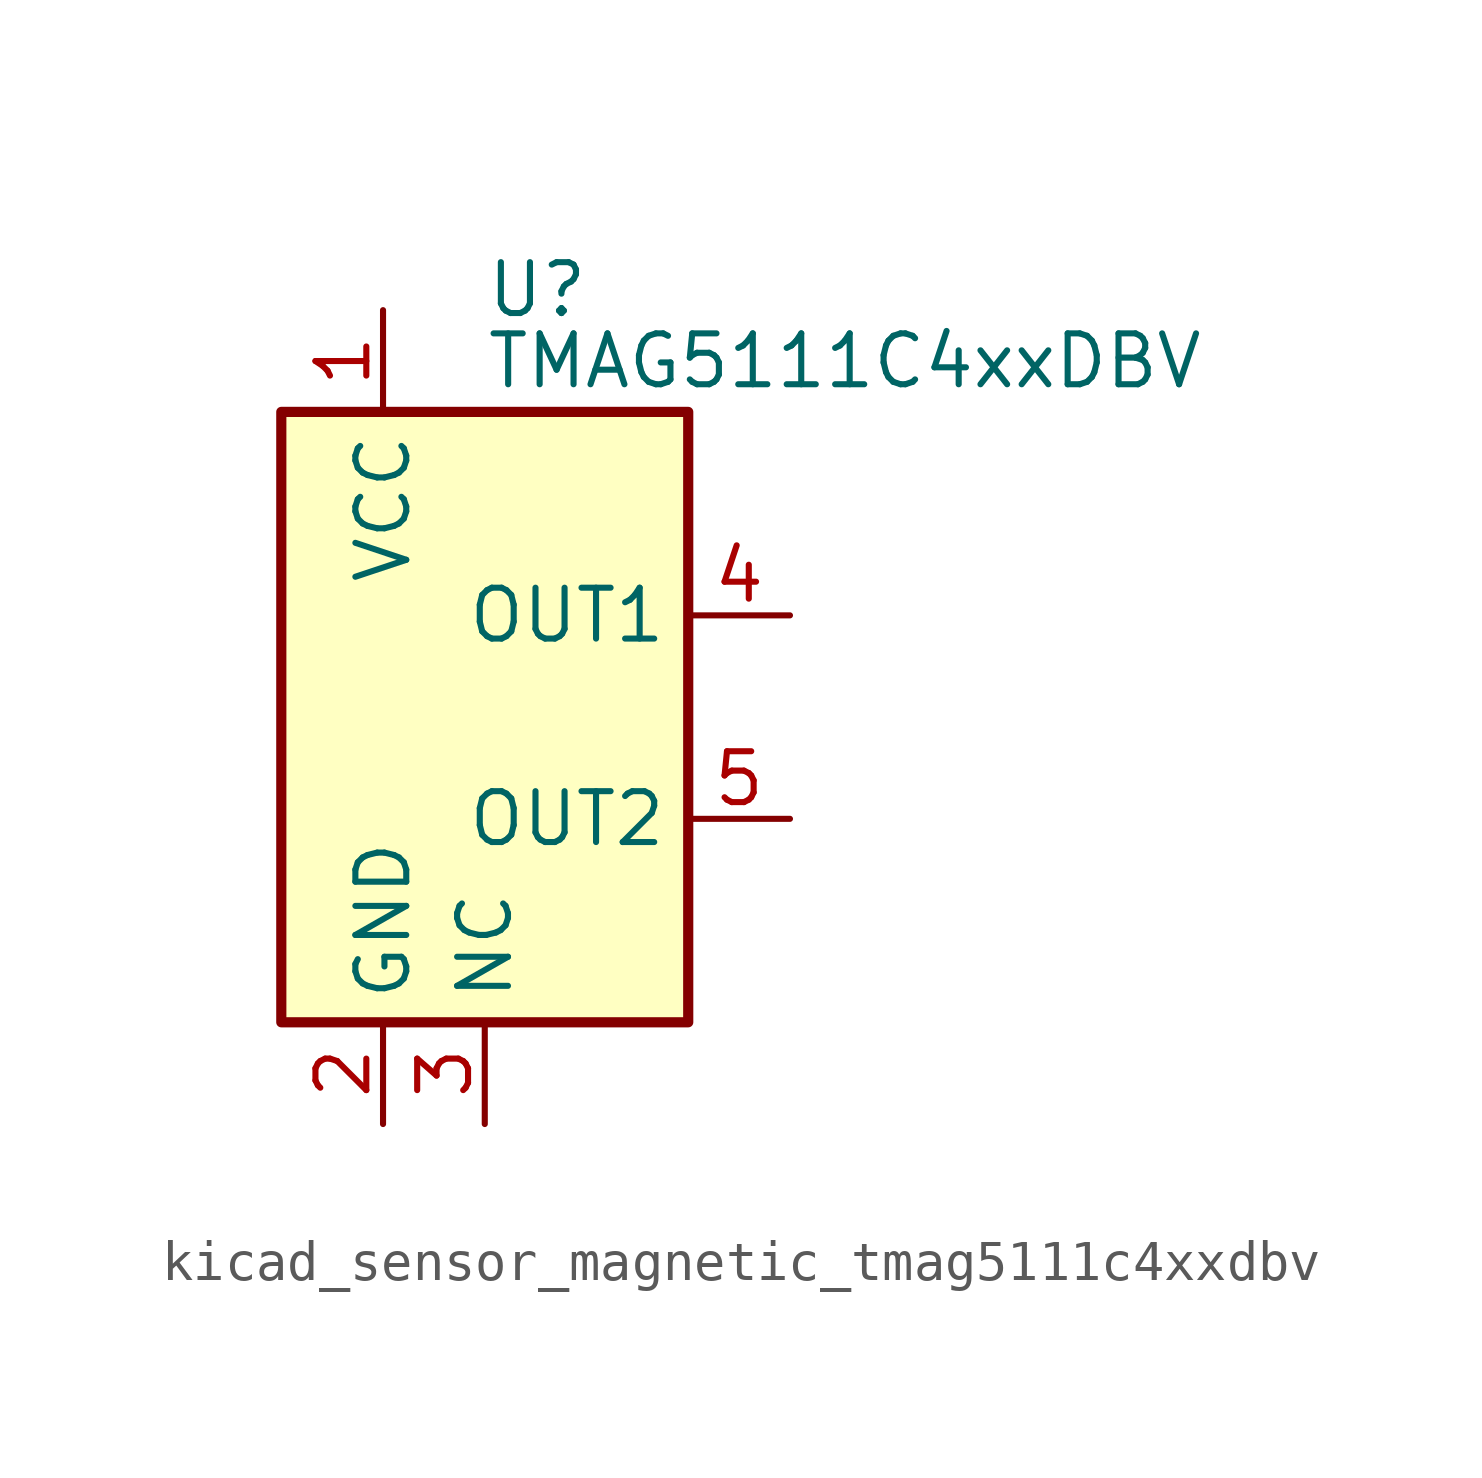
<source format=kicad_sym>
(kicad_symbol_lib
  (version 20220914)
  (generator kicad_symbol_editor)
  (symbol "kicad_sensor_magnetic_tmag5111c4xxdbv"
    (property "Reference" "U"
      (at 0 10.668 0)
      (effects (font (size 1.27 1.27)) (justify left)))
    (property "Value" "TMAG5111C4xxDBV"
      (at 0 8.89 0)
      (effects (font (size 1.27 1.27)) (justify left)))
    (symbol "kicad_sensor_magnetic_tmag5111c4xxdbv_0_0"
      (pin passive line (at 0 -10.16 90) (length 2.54) (name "NC" (effects (font (size 1.27 1.27)))) (number "3" (effects (font (size 1.27 1.27)))))
      (pin open_collector line (at 7.62 -2.54 180) (length 2.54) (name "OUT2" (effects (font (size 1.27 1.27)))) (number "5" (effects (font (size 1.27 1.27))))))
    (symbol "kicad_sensor_magnetic_tmag5111c4xxdbv_0_1"
      (rectangle (start -5.08 7.62) (end 5.08 -7.62) (stroke (width 0.254) (type default)) (fill (type background))))
    (symbol "kicad_sensor_magnetic_tmag5111c4xxdbv_1_1"
      (pin power_in line (at -2.54 10.16 270) (length 2.54) (name "VCC" (effects (font (size 1.27 1.27)))) (number "1" (effects (font (size 1.27 1.27)))))
      (pin power_in line (at -2.54 -10.16 90) (length 2.54) (name "GND" (effects (font (size 1.27 1.27)))) (number "2" (effects (font (size 1.27 1.27)))))
      (pin open_collector line (at 7.62 2.54 180) (length 2.54) (name "OUT1" (effects (font (size 1.27 1.27)))) (number "4" (effects (font (size 1.27 1.27))))))))
</source>
